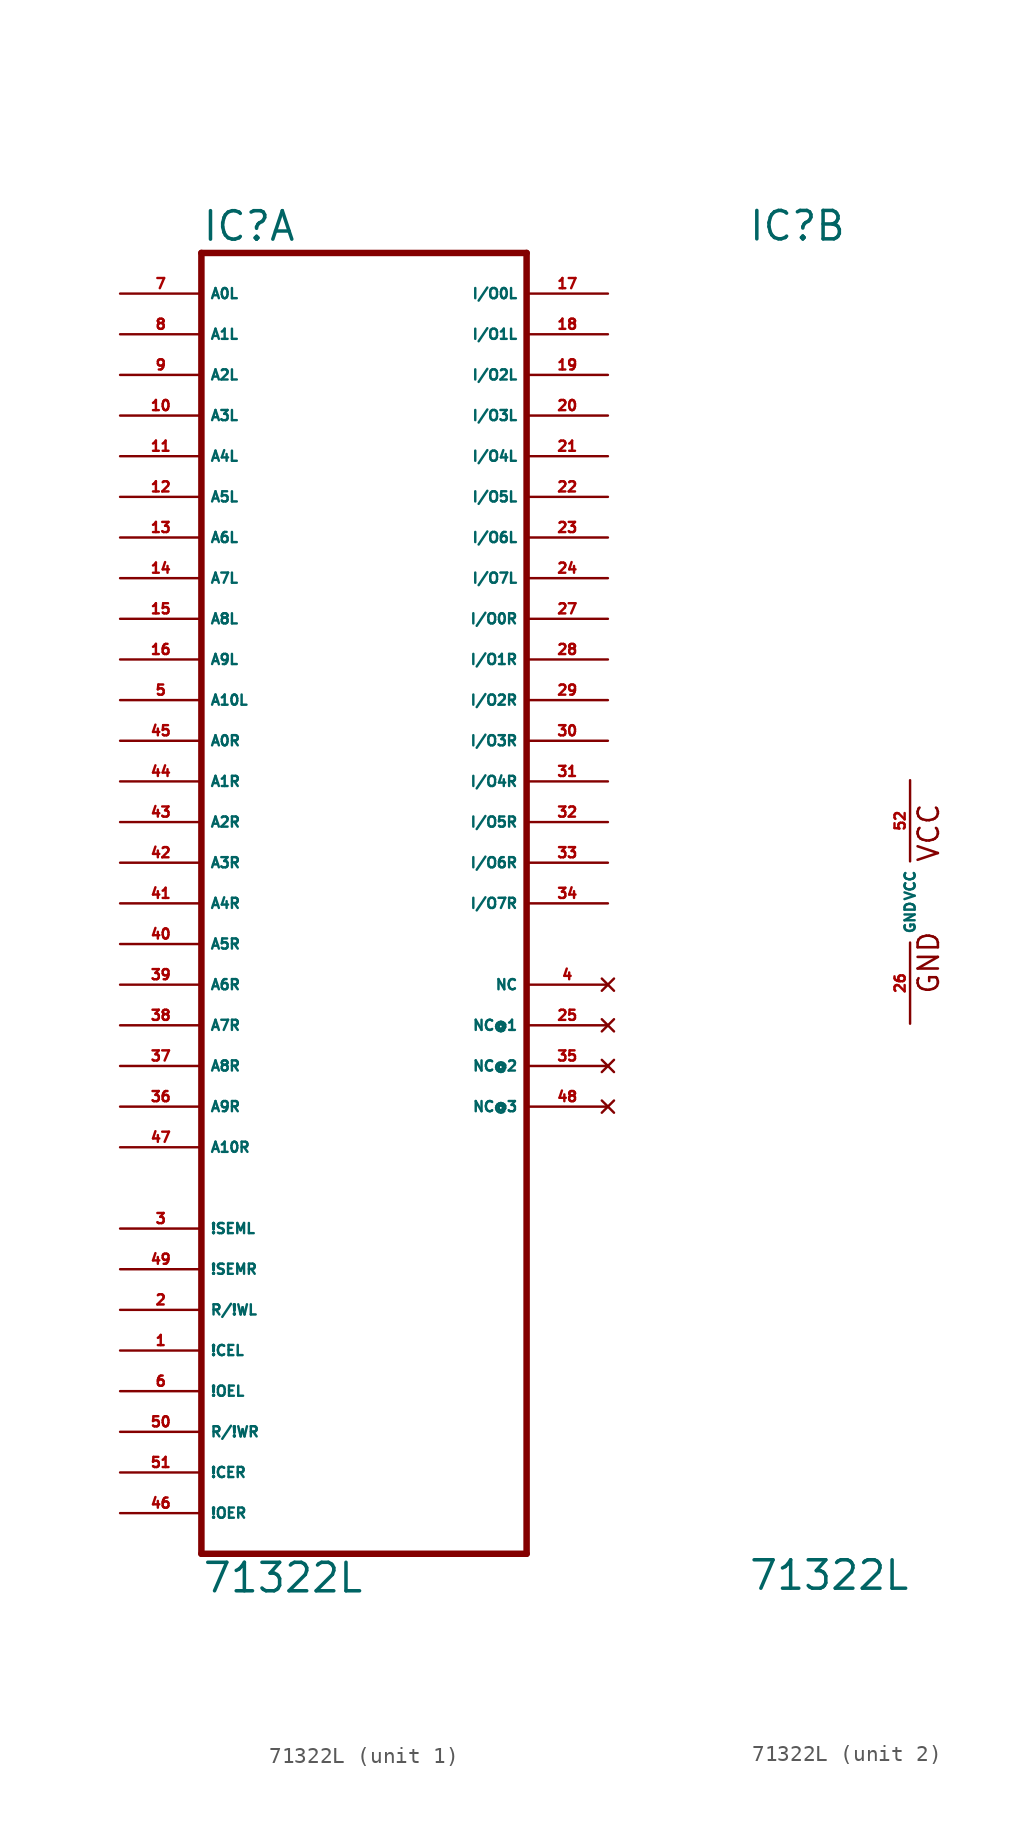
<source format=kicad_sym>
(kicad_symbol_lib
  (version 20220914)
  (generator Eagle2Kicad)
  (symbol "71322L"
    (property "Reference" "IC"
      (at -10.16 41.275 0)
      (effects (font (size 1.778 1.778) (thickness 0.22)) (justify left bottom)))
    (property "Value" "71322L"
      (at -10.16 -43.18 0)
      (effects (font (size 1.778 1.778) (thickness 0.22)) (justify left bottom)))
    (symbol "71322L_1_0"
      (polyline (pts (xy -10.16 -40.64) (xy 10.16 -40.64)) (stroke (width 0.406) (type default)) (fill (type none)))
      (polyline (pts (xy 10.16 -40.64) (xy 10.16 40.64)) (stroke (width 0.406) (type default)) (fill (type none)))
      (polyline (pts (xy 10.16 40.64) (xy -10.16 40.64)) (stroke (width 0.406) (type default)) (fill (type none)))
      (polyline (pts (xy -10.16 40.64) (xy -10.16 -40.64)) (stroke (width 0.406) (type default)) (fill (type none)))
      (pin input line (at -15.24 38.1 0) (length 5.08) (name "A0L" (effects (font (size 0.635 0.635) (thickness 0.08)) (justify left bottom))) (number "7" (effects (font (size 0.635 0.635) (thickness 0.08)) (justify left bottom))))
      (pin input line (at -15.24 35.56 0) (length 5.08) (name "A1L" (effects (font (size 0.635 0.635) (thickness 0.08)) (justify left bottom))) (number "8" (effects (font (size 0.635 0.635) (thickness 0.08)) (justify left bottom))))
      (pin input line (at -15.24 33.02 0) (length 5.08) (name "A2L" (effects (font (size 0.635 0.635) (thickness 0.08)) (justify left bottom))) (number "9" (effects (font (size 0.635 0.635) (thickness 0.08)) (justify left bottom))))
      (pin input line (at -15.24 30.48 0) (length 5.08) (name "A3L" (effects (font (size 0.635 0.635) (thickness 0.08)) (justify left bottom))) (number "10" (effects (font (size 0.635 0.635) (thickness 0.08)) (justify left bottom))))
      (pin input line (at -15.24 27.94 0) (length 5.08) (name "A4L" (effects (font (size 0.635 0.635) (thickness 0.08)) (justify left bottom))) (number "11" (effects (font (size 0.635 0.635) (thickness 0.08)) (justify left bottom))))
      (pin input line (at -15.24 25.4 0) (length 5.08) (name "A5L" (effects (font (size 0.635 0.635) (thickness 0.08)) (justify left bottom))) (number "12" (effects (font (size 0.635 0.635) (thickness 0.08)) (justify left bottom))))
      (pin input line (at -15.24 22.86 0) (length 5.08) (name "A6L" (effects (font (size 0.635 0.635) (thickness 0.08)) (justify left bottom))) (number "13" (effects (font (size 0.635 0.635) (thickness 0.08)) (justify left bottom))))
      (pin input line (at -15.24 20.32 0) (length 5.08) (name "A7L" (effects (font (size 0.635 0.635) (thickness 0.08)) (justify left bottom))) (number "14" (effects (font (size 0.635 0.635) (thickness 0.08)) (justify left bottom))))
      (pin input line (at -15.24 17.78 0) (length 5.08) (name "A8L" (effects (font (size 0.635 0.635) (thickness 0.08)) (justify left bottom))) (number "15" (effects (font (size 0.635 0.635) (thickness 0.08)) (justify left bottom))))
      (pin input line (at -15.24 15.24 0) (length 5.08) (name "A9L" (effects (font (size 0.635 0.635) (thickness 0.08)) (justify left bottom))) (number "16" (effects (font (size 0.635 0.635) (thickness 0.08)) (justify left bottom))))
      (pin input line (at -15.24 10.16 0) (length 5.08) (name "A0R" (effects (font (size 0.635 0.635) (thickness 0.08)) (justify left bottom))) (number "45" (effects (font (size 0.635 0.635) (thickness 0.08)) (justify left bottom))))
      (pin input line (at -15.24 7.62 0) (length 5.08) (name "A1R" (effects (font (size 0.635 0.635) (thickness 0.08)) (justify left bottom))) (number "44" (effects (font (size 0.635 0.635) (thickness 0.08)) (justify left bottom))))
      (pin input line (at -15.24 5.08 0) (length 5.08) (name "A2R" (effects (font (size 0.635 0.635) (thickness 0.08)) (justify left bottom))) (number "43" (effects (font (size 0.635 0.635) (thickness 0.08)) (justify left bottom))))
      (pin input line (at -15.24 2.54 0) (length 5.08) (name "A3R" (effects (font (size 0.635 0.635) (thickness 0.08)) (justify left bottom))) (number "42" (effects (font (size 0.635 0.635) (thickness 0.08)) (justify left bottom))))
      (pin input line (at -15.24 0 0) (length 5.08) (name "A4R" (effects (font (size 0.635 0.635) (thickness 0.08)) (justify left bottom))) (number "41" (effects (font (size 0.635 0.635) (thickness 0.08)) (justify left bottom))))
      (pin input line (at -15.24 -2.54 0) (length 5.08) (name "A5R" (effects (font (size 0.635 0.635) (thickness 0.08)) (justify left bottom))) (number "40" (effects (font (size 0.635 0.635) (thickness 0.08)) (justify left bottom))))
      (pin input line (at -15.24 -5.08 0) (length 5.08) (name "A6R" (effects (font (size 0.635 0.635) (thickness 0.08)) (justify left bottom))) (number "39" (effects (font (size 0.635 0.635) (thickness 0.08)) (justify left bottom))))
      (pin input line (at -15.24 -7.62 0) (length 5.08) (name "A7R" (effects (font (size 0.635 0.635) (thickness 0.08)) (justify left bottom))) (number "38" (effects (font (size 0.635 0.635) (thickness 0.08)) (justify left bottom))))
      (pin input line (at -15.24 -10.16 0) (length 5.08) (name "A8R" (effects (font (size 0.635 0.635) (thickness 0.08)) (justify left bottom))) (number "37" (effects (font (size 0.635 0.635) (thickness 0.08)) (justify left bottom))))
      (pin input line (at -15.24 -12.7 0) (length 5.08) (name "A9R" (effects (font (size 0.635 0.635) (thickness 0.08)) (justify left bottom))) (number "36" (effects (font (size 0.635 0.635) (thickness 0.08)) (justify left bottom))))
      (pin bidirectional line (at 15.24 38.1 180) (length 5.08) (name "I/O0L" (effects (font (size 0.635 0.635) (thickness 0.08)) (justify left bottom))) (number "17" (effects (font (size 0.635 0.635) (thickness 0.08)) (justify left bottom))))
      (pin bidirectional line (at 15.24 35.56 180) (length 5.08) (name "I/O1L" (effects (font (size 0.635 0.635) (thickness 0.08)) (justify left bottom))) (number "18" (effects (font (size 0.635 0.635) (thickness 0.08)) (justify left bottom))))
      (pin bidirectional line (at 15.24 33.02 180) (length 5.08) (name "I/O2L" (effects (font (size 0.635 0.635) (thickness 0.08)) (justify left bottom))) (number "19" (effects (font (size 0.635 0.635) (thickness 0.08)) (justify left bottom))))
      (pin bidirectional line (at 15.24 30.48 180) (length 5.08) (name "I/O3L" (effects (font (size 0.635 0.635) (thickness 0.08)) (justify left bottom))) (number "20" (effects (font (size 0.635 0.635) (thickness 0.08)) (justify left bottom))))
      (pin bidirectional line (at 15.24 27.94 180) (length 5.08) (name "I/O4L" (effects (font (size 0.635 0.635) (thickness 0.08)) (justify left bottom))) (number "21" (effects (font (size 0.635 0.635) (thickness 0.08)) (justify left bottom))))
      (pin bidirectional line (at 15.24 25.4 180) (length 5.08) (name "I/O5L" (effects (font (size 0.635 0.635) (thickness 0.08)) (justify left bottom))) (number "22" (effects (font (size 0.635 0.635) (thickness 0.08)) (justify left bottom))))
      (pin bidirectional line (at 15.24 22.86 180) (length 5.08) (name "I/O6L" (effects (font (size 0.635 0.635) (thickness 0.08)) (justify left bottom))) (number "23" (effects (font (size 0.635 0.635) (thickness 0.08)) (justify left bottom))))
      (pin bidirectional line (at 15.24 20.32 180) (length 5.08) (name "I/O7L" (effects (font (size 0.635 0.635) (thickness 0.08)) (justify left bottom))) (number "24" (effects (font (size 0.635 0.635) (thickness 0.08)) (justify left bottom))))
      (pin bidirectional line (at 15.24 17.78 180) (length 5.08) (name "I/O0R" (effects (font (size 0.635 0.635) (thickness 0.08)) (justify left bottom))) (number "27" (effects (font (size 0.635 0.635) (thickness 0.08)) (justify left bottom))))
      (pin bidirectional line (at 15.24 15.24 180) (length 5.08) (name "I/O1R" (effects (font (size 0.635 0.635) (thickness 0.08)) (justify left bottom))) (number "28" (effects (font (size 0.635 0.635) (thickness 0.08)) (justify left bottom))))
      (pin bidirectional line (at 15.24 12.7 180) (length 5.08) (name "I/O2R" (effects (font (size 0.635 0.635) (thickness 0.08)) (justify left bottom))) (number "29" (effects (font (size 0.635 0.635) (thickness 0.08)) (justify left bottom))))
      (pin bidirectional line (at 15.24 10.16 180) (length 5.08) (name "I/O3R" (effects (font (size 0.635 0.635) (thickness 0.08)) (justify left bottom))) (number "30" (effects (font (size 0.635 0.635) (thickness 0.08)) (justify left bottom))))
      (pin bidirectional line (at 15.24 7.62 180) (length 5.08) (name "I/O4R" (effects (font (size 0.635 0.635) (thickness 0.08)) (justify left bottom))) (number "31" (effects (font (size 0.635 0.635) (thickness 0.08)) (justify left bottom))))
      (pin bidirectional line (at 15.24 5.08 180) (length 5.08) (name "I/O5R" (effects (font (size 0.635 0.635) (thickness 0.08)) (justify left bottom))) (number "32" (effects (font (size 0.635 0.635) (thickness 0.08)) (justify left bottom))))
      (pin bidirectional line (at 15.24 2.54 180) (length 5.08) (name "I/O6R" (effects (font (size 0.635 0.635) (thickness 0.08)) (justify left bottom))) (number "33" (effects (font (size 0.635 0.635) (thickness 0.08)) (justify left bottom))))
      (pin bidirectional line (at 15.24 0 180) (length 5.08) (name "I/O7R" (effects (font (size 0.635 0.635) (thickness 0.08)) (justify left bottom))) (number "34" (effects (font (size 0.635 0.635) (thickness 0.08)) (justify left bottom))))
      (pin input line (at -15.24 -25.4 0) (length 5.08) (name "R/!WL" (effects (font (size 0.635 0.635) (thickness 0.08)) (justify left bottom))) (number "2" (effects (font (size 0.635 0.635) (thickness 0.08)) (justify left bottom))))
      (pin input line (at -15.24 -27.94 0) (length 5.08) (name "!CEL" (effects (font (size 0.635 0.635) (thickness 0.08)) (justify left bottom))) (number "1" (effects (font (size 0.635 0.635) (thickness 0.08)) (justify left bottom))))
      (pin input line (at -15.24 -30.48 0) (length 5.08) (name "!OEL" (effects (font (size 0.635 0.635) (thickness 0.08)) (justify left bottom))) (number "6" (effects (font (size 0.635 0.635) (thickness 0.08)) (justify left bottom))))
      (pin input line (at -15.24 -33.02 0) (length 5.08) (name "R/!WR" (effects (font (size 0.635 0.635) (thickness 0.08)) (justify left bottom))) (number "50" (effects (font (size 0.635 0.635) (thickness 0.08)) (justify left bottom))))
      (pin input line (at -15.24 -35.56 0) (length 5.08) (name "!CER" (effects (font (size 0.635 0.635) (thickness 0.08)) (justify left bottom))) (number "51" (effects (font (size 0.635 0.635) (thickness 0.08)) (justify left bottom))))
      (pin input line (at -15.24 -38.1 0) (length 5.08) (name "!OER" (effects (font (size 0.635 0.635) (thickness 0.08)) (justify left bottom))) (number "46" (effects (font (size 0.635 0.635) (thickness 0.08)) (justify left bottom))))
      (pin input line (at -15.24 12.7 0) (length 5.08) (name "A10L" (effects (font (size 0.635 0.635) (thickness 0.08)) (justify left bottom))) (number "5" (effects (font (size 0.635 0.635) (thickness 0.08)) (justify left bottom))))
      (pin input line (at -15.24 -15.24 0) (length 5.08) (name "A10R" (effects (font (size 0.635 0.635) (thickness 0.08)) (justify left bottom))) (number "47" (effects (font (size 0.635 0.635) (thickness 0.08)) (justify left bottom))))
      (pin output line (at -15.24 -20.32 0) (length 5.08) (name "!SEML" (effects (font (size 0.635 0.635) (thickness 0.08)) (justify left bottom))) (number "3" (effects (font (size 0.635 0.635) (thickness 0.08)) (justify left bottom))))
      (pin output line (at -15.24 -22.86 0) (length 5.08) (name "!SEMR" (effects (font (size 0.635 0.635) (thickness 0.08)) (justify left bottom))) (number "49" (effects (font (size 0.635 0.635) (thickness 0.08)) (justify left bottom))))
      (pin no_connect line (at 15.24 -5.08 180) (length 5.08) (name "NC" (effects (font (size 0.635 0.635) (thickness 0.08)) (justify left bottom) hide)) (number "4" (effects (font (size 0.635 0.635) (thickness 0.08)) (justify left bottom) hide)))
      (pin no_connect line (at 15.24 -7.62 180) (length 5.08) (name "NC@1" (effects (font (size 0.635 0.635) (thickness 0.08)) (justify left bottom) hide)) (number "25" (effects (font (size 0.635 0.635) (thickness 0.08)) (justify left bottom) hide)))
      (pin no_connect line (at 15.24 -10.16 180) (length 5.08) (name "NC@2" (effects (font (size 0.635 0.635) (thickness 0.08)) (justify left bottom) hide)) (number "35" (effects (font (size 0.635 0.635) (thickness 0.08)) (justify left bottom) hide)))
      (pin no_connect line (at 15.24 -12.7 180) (length 5.08) (name "NC@3" (effects (font (size 0.635 0.635) (thickness 0.08)) (justify left bottom) hide)) (number "48" (effects (font (size 0.635 0.635) (thickness 0.08)) (justify left bottom) hide))))
    (symbol "71322L_2_0"
      (text "GND" (at 1.905 -5.842 900) (effects (font (size 1.27 1.27) (thickness 0.16)) (justify left bottom)))
      (text "VCC" (at 1.905 2.413 900) (effects (font (size 1.27 1.27) (thickness 0.16)) (justify left bottom)))
      (pin unspecified line (at 0 7.62 270) (length 5.08) (name "VCC" (effects (font (size 0.635 0.635) (thickness 0.08)) (justify left bottom))) (number "52" (effects (font (size 0.635 0.635) (thickness 0.08)) (justify left bottom))))
      (pin unspecified line (at 0 -7.62 90) (length 5.08) (name "GND" (effects (font (size 0.635 0.635) (thickness 0.08)) (justify left bottom))) (number "26" (effects (font (size 0.635 0.635) (thickness 0.08)) (justify left bottom)))))))
</source>
